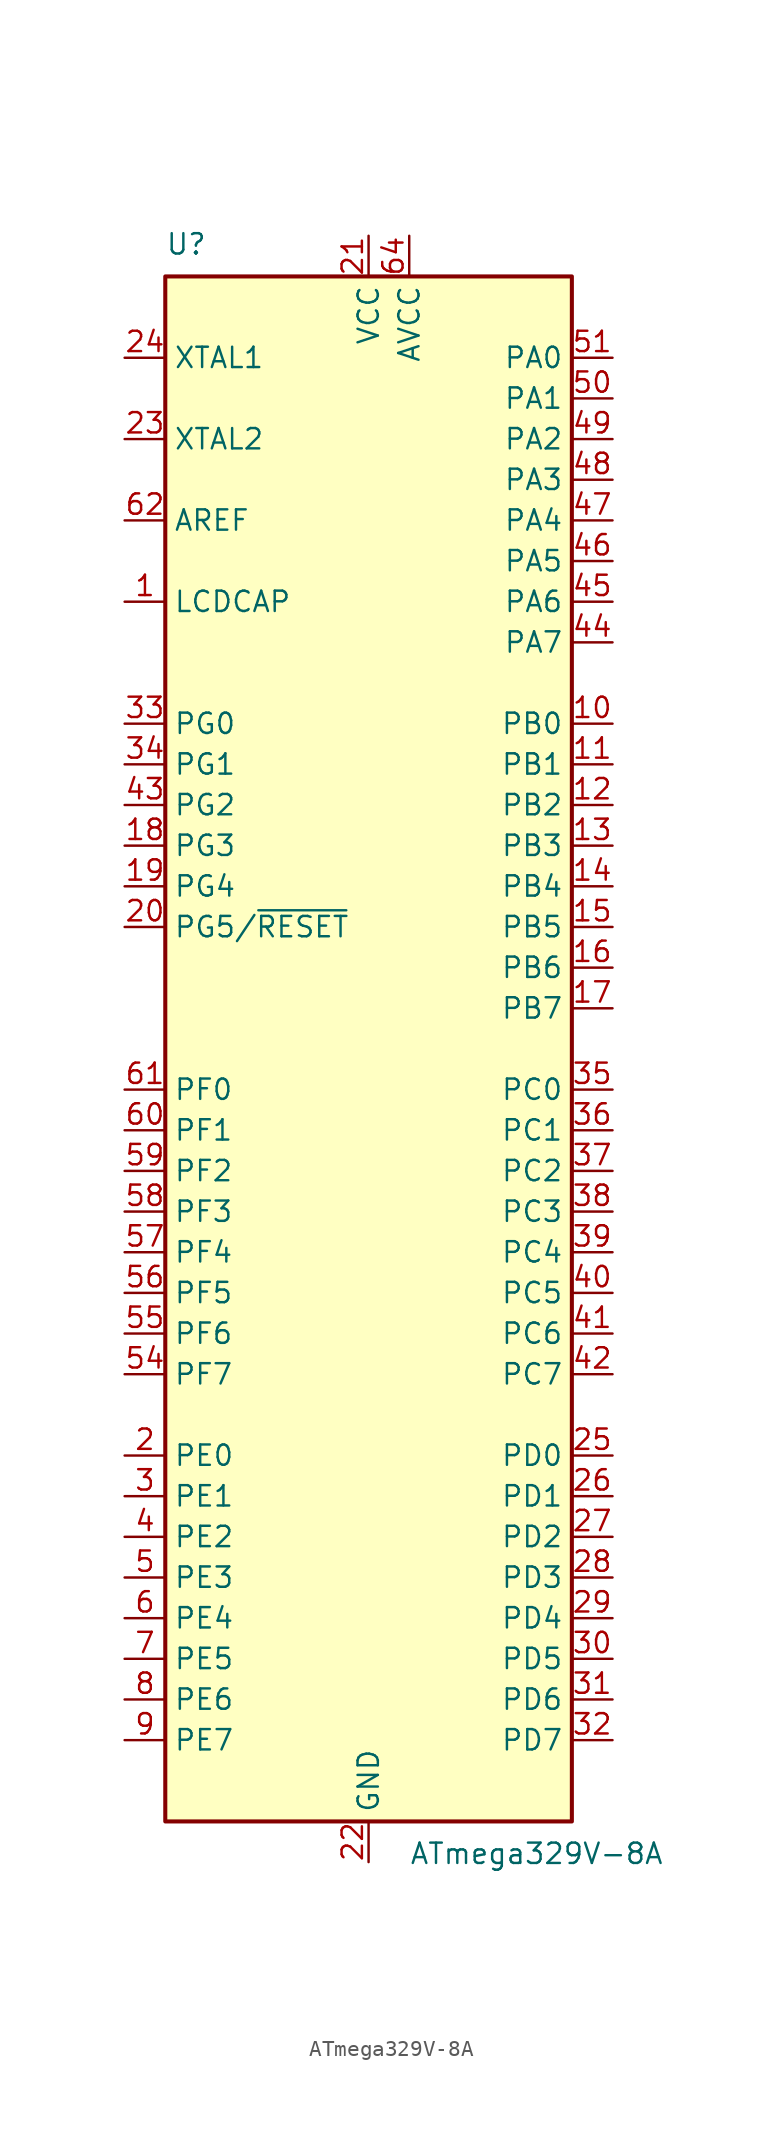
<source format=kicad_sym>
(kicad_symbol_lib
  (version 20231120)
  (generator "kicad_symbol_editor")
  (generator_version "8.0")
  (symbol "ATmega329V-8A"
    (property "Reference" "U"
      (at -12.7 49.53 0)
      (effects (font (size 1.27 1.27)) (justify left bottom)))
    (property "Value" "ATmega329V-8A"
      (at 2.54 -49.53 0)
      (effects (font (size 1.27 1.27)) (justify left top)))
    (symbol "ATmega329V-8A_0_1"
      (rectangle (start -12.7 -48.26) (end 12.7 48.26) (stroke (width 0.254) (type default)) (fill (type background))))
    (symbol "ATmega329V-8A_1_1"
      (pin passive line (at -15.24 27.94 0) (length 2.54) (name "LCDCAP" (effects (font (size 1.27 1.27)))) (number "1" (effects (font (size 1.27 1.27)))))
      (pin bidirectional line (at 15.24 20.32 180) (length 2.54) (name "PB0" (effects (font (size 1.27 1.27)))) (number "10" (effects (font (size 1.27 1.27)))))
      (pin bidirectional line (at 15.24 17.78 180) (length 2.54) (name "PB1" (effects (font (size 1.27 1.27)))) (number "11" (effects (font (size 1.27 1.27)))))
      (pin bidirectional line (at 15.24 15.24 180) (length 2.54) (name "PB2" (effects (font (size 1.27 1.27)))) (number "12" (effects (font (size 1.27 1.27)))))
      (pin bidirectional line (at 15.24 12.7 180) (length 2.54) (name "PB3" (effects (font (size 1.27 1.27)))) (number "13" (effects (font (size 1.27 1.27)))))
      (pin bidirectional line (at 15.24 10.16 180) (length 2.54) (name "PB4" (effects (font (size 1.27 1.27)))) (number "14" (effects (font (size 1.27 1.27)))))
      (pin bidirectional line (at 15.24 7.62 180) (length 2.54) (name "PB5" (effects (font (size 1.27 1.27)))) (number "15" (effects (font (size 1.27 1.27)))))
      (pin bidirectional line (at 15.24 5.08 180) (length 2.54) (name "PB6" (effects (font (size 1.27 1.27)))) (number "16" (effects (font (size 1.27 1.27)))))
      (pin bidirectional line (at 15.24 2.54 180) (length 2.54) (name "PB7" (effects (font (size 1.27 1.27)))) (number "17" (effects (font (size 1.27 1.27)))))
      (pin bidirectional line (at -15.24 12.7 0) (length 2.54) (name "PG3" (effects (font (size 1.27 1.27)))) (number "18" (effects (font (size 1.27 1.27)))))
      (pin bidirectional line (at -15.24 10.16 0) (length 2.54) (name "PG4" (effects (font (size 1.27 1.27)))) (number "19" (effects (font (size 1.27 1.27)))))
      (pin bidirectional line (at -15.24 -25.4 0) (length 2.54) (name "PE0" (effects (font (size 1.27 1.27)))) (number "2" (effects (font (size 1.27 1.27)))))
      (pin bidirectional line (at -15.24 7.62 0) (length 2.54) (name "PG5/~{RESET}" (effects (font (size 1.27 1.27)))) (number "20" (effects (font (size 1.27 1.27)))))
      (pin power_in line (at 0 50.8 270) (length 2.54) (name "VCC" (effects (font (size 1.27 1.27)))) (number "21" (effects (font (size 1.27 1.27)))))
      (pin power_in line (at 0 -50.8 90) (length 2.54) (name "GND" (effects (font (size 1.27 1.27)))) (number "22" (effects (font (size 1.27 1.27)))))
      (pin output line (at -15.24 38.1 0) (length 2.54) (name "XTAL2" (effects (font (size 1.27 1.27)))) (number "23" (effects (font (size 1.27 1.27)))))
      (pin input line (at -15.24 43.18 0) (length 2.54) (name "XTAL1" (effects (font (size 1.27 1.27)))) (number "24" (effects (font (size 1.27 1.27)))))
      (pin bidirectional line (at 15.24 -25.4 180) (length 2.54) (name "PD0" (effects (font (size 1.27 1.27)))) (number "25" (effects (font (size 1.27 1.27)))))
      (pin bidirectional line (at 15.24 -27.94 180) (length 2.54) (name "PD1" (effects (font (size 1.27 1.27)))) (number "26" (effects (font (size 1.27 1.27)))))
      (pin bidirectional line (at 15.24 -30.48 180) (length 2.54) (name "PD2" (effects (font (size 1.27 1.27)))) (number "27" (effects (font (size 1.27 1.27)))))
      (pin bidirectional line (at 15.24 -33.02 180) (length 2.54) (name "PD3" (effects (font (size 1.27 1.27)))) (number "28" (effects (font (size 1.27 1.27)))))
      (pin bidirectional line (at 15.24 -35.56 180) (length 2.54) (name "PD4" (effects (font (size 1.27 1.27)))) (number "29" (effects (font (size 1.27 1.27)))))
      (pin bidirectional line (at -15.24 -27.94 0) (length 2.54) (name "PE1" (effects (font (size 1.27 1.27)))) (number "3" (effects (font (size 1.27 1.27)))))
      (pin bidirectional line (at 15.24 -38.1 180) (length 2.54) (name "PD5" (effects (font (size 1.27 1.27)))) (number "30" (effects (font (size 1.27 1.27)))))
      (pin bidirectional line (at 15.24 -40.64 180) (length 2.54) (name "PD6" (effects (font (size 1.27 1.27)))) (number "31" (effects (font (size 1.27 1.27)))))
      (pin bidirectional line (at 15.24 -43.18 180) (length 2.54) (name "PD7" (effects (font (size 1.27 1.27)))) (number "32" (effects (font (size 1.27 1.27)))))
      (pin bidirectional line (at -15.24 20.32 0) (length 2.54) (name "PG0" (effects (font (size 1.27 1.27)))) (number "33" (effects (font (size 1.27 1.27)))))
      (pin bidirectional line (at -15.24 17.78 0) (length 2.54) (name "PG1" (effects (font (size 1.27 1.27)))) (number "34" (effects (font (size 1.27 1.27)))))
      (pin bidirectional line (at 15.24 -2.54 180) (length 2.54) (name "PC0" (effects (font (size 1.27 1.27)))) (number "35" (effects (font (size 1.27 1.27)))))
      (pin bidirectional line (at 15.24 -5.08 180) (length 2.54) (name "PC1" (effects (font (size 1.27 1.27)))) (number "36" (effects (font (size 1.27 1.27)))))
      (pin bidirectional line (at 15.24 -7.62 180) (length 2.54) (name "PC2" (effects (font (size 1.27 1.27)))) (number "37" (effects (font (size 1.27 1.27)))))
      (pin bidirectional line (at 15.24 -10.16 180) (length 2.54) (name "PC3" (effects (font (size 1.27 1.27)))) (number "38" (effects (font (size 1.27 1.27)))))
      (pin bidirectional line (at 15.24 -12.7 180) (length 2.54) (name "PC4" (effects (font (size 1.27 1.27)))) (number "39" (effects (font (size 1.27 1.27)))))
      (pin bidirectional line (at -15.24 -30.48 0) (length 2.54) (name "PE2" (effects (font (size 1.27 1.27)))) (number "4" (effects (font (size 1.27 1.27)))))
      (pin bidirectional line (at 15.24 -15.24 180) (length 2.54) (name "PC5" (effects (font (size 1.27 1.27)))) (number "40" (effects (font (size 1.27 1.27)))))
      (pin bidirectional line (at 15.24 -17.78 180) (length 2.54) (name "PC6" (effects (font (size 1.27 1.27)))) (number "41" (effects (font (size 1.27 1.27)))))
      (pin bidirectional line (at 15.24 -20.32 180) (length 2.54) (name "PC7" (effects (font (size 1.27 1.27)))) (number "42" (effects (font (size 1.27 1.27)))))
      (pin bidirectional line (at -15.24 15.24 0) (length 2.54) (name "PG2" (effects (font (size 1.27 1.27)))) (number "43" (effects (font (size 1.27 1.27)))))
      (pin bidirectional line (at 15.24 25.4 180) (length 2.54) (name "PA7" (effects (font (size 1.27 1.27)))) (number "44" (effects (font (size 1.27 1.27)))))
      (pin bidirectional line (at 15.24 27.94 180) (length 2.54) (name "PA6" (effects (font (size 1.27 1.27)))) (number "45" (effects (font (size 1.27 1.27)))))
      (pin bidirectional line (at 15.24 30.48 180) (length 2.54) (name "PA5" (effects (font (size 1.27 1.27)))) (number "46" (effects (font (size 1.27 1.27)))))
      (pin bidirectional line (at 15.24 33.02 180) (length 2.54) (name "PA4" (effects (font (size 1.27 1.27)))) (number "47" (effects (font (size 1.27 1.27)))))
      (pin bidirectional line (at 15.24 35.56 180) (length 2.54) (name "PA3" (effects (font (size 1.27 1.27)))) (number "48" (effects (font (size 1.27 1.27)))))
      (pin bidirectional line (at 15.24 38.1 180) (length 2.54) (name "PA2" (effects (font (size 1.27 1.27)))) (number "49" (effects (font (size 1.27 1.27)))))
      (pin bidirectional line (at -15.24 -33.02 0) (length 2.54) (name "PE3" (effects (font (size 1.27 1.27)))) (number "5" (effects (font (size 1.27 1.27)))))
      (pin bidirectional line (at 15.24 40.64 180) (length 2.54) (name "PA1" (effects (font (size 1.27 1.27)))) (number "50" (effects (font (size 1.27 1.27)))))
      (pin bidirectional line (at 15.24 43.18 180) (length 2.54) (name "PA0" (effects (font (size 1.27 1.27)))) (number "51" (effects (font (size 1.27 1.27)))))
      (pin passive line (at 0 50.8 270) (length 2.54) hide (name "VCC" (effects (font (size 1.27 1.27)))) (number "52" (effects (font (size 1.27 1.27)))))
      (pin passive line (at 0 -50.8 90) (length 2.54) hide (name "GND" (effects (font (size 1.27 1.27)))) (number "53" (effects (font (size 1.27 1.27)))))
      (pin bidirectional line (at -15.24 -20.32 0) (length 2.54) (name "PF7" (effects (font (size 1.27 1.27)))) (number "54" (effects (font (size 1.27 1.27)))))
      (pin bidirectional line (at -15.24 -17.78 0) (length 2.54) (name "PF6" (effects (font (size 1.27 1.27)))) (number "55" (effects (font (size 1.27 1.27)))))
      (pin bidirectional line (at -15.24 -15.24 0) (length 2.54) (name "PF5" (effects (font (size 1.27 1.27)))) (number "56" (effects (font (size 1.27 1.27)))))
      (pin bidirectional line (at -15.24 -12.7 0) (length 2.54) (name "PF4" (effects (font (size 1.27 1.27)))) (number "57" (effects (font (size 1.27 1.27)))))
      (pin bidirectional line (at -15.24 -10.16 0) (length 2.54) (name "PF3" (effects (font (size 1.27 1.27)))) (number "58" (effects (font (size 1.27 1.27)))))
      (pin bidirectional line (at -15.24 -7.62 0) (length 2.54) (name "PF2" (effects (font (size 1.27 1.27)))) (number "59" (effects (font (size 1.27 1.27)))))
      (pin bidirectional line (at -15.24 -35.56 0) (length 2.54) (name "PE4" (effects (font (size 1.27 1.27)))) (number "6" (effects (font (size 1.27 1.27)))))
      (pin bidirectional line (at -15.24 -5.08 0) (length 2.54) (name "PF1" (effects (font (size 1.27 1.27)))) (number "60" (effects (font (size 1.27 1.27)))))
      (pin bidirectional line (at -15.24 -2.54 0) (length 2.54) (name "PF0" (effects (font (size 1.27 1.27)))) (number "61" (effects (font (size 1.27 1.27)))))
      (pin passive line (at -15.24 33.02 0) (length 2.54) (name "AREF" (effects (font (size 1.27 1.27)))) (number "62" (effects (font (size 1.27 1.27)))))
      (pin passive line (at 0 -50.8 90) (length 2.54) hide (name "GND" (effects (font (size 1.27 1.27)))) (number "63" (effects (font (size 1.27 1.27)))))
      (pin power_in line (at 2.54 50.8 270) (length 2.54) (name "AVCC" (effects (font (size 1.27 1.27)))) (number "64" (effects (font (size 1.27 1.27)))))
      (pin bidirectional line (at -15.24 -38.1 0) (length 2.54) (name "PE5" (effects (font (size 1.27 1.27)))) (number "7" (effects (font (size 1.27 1.27)))))
      (pin bidirectional line (at -15.24 -40.64 0) (length 2.54) (name "PE6" (effects (font (size 1.27 1.27)))) (number "8" (effects (font (size 1.27 1.27)))))
      (pin bidirectional line (at -15.24 -43.18 0) (length 2.54) (name "PE7" (effects (font (size 1.27 1.27)))) (number "9" (effects (font (size 1.27 1.27))))))))
</source>
